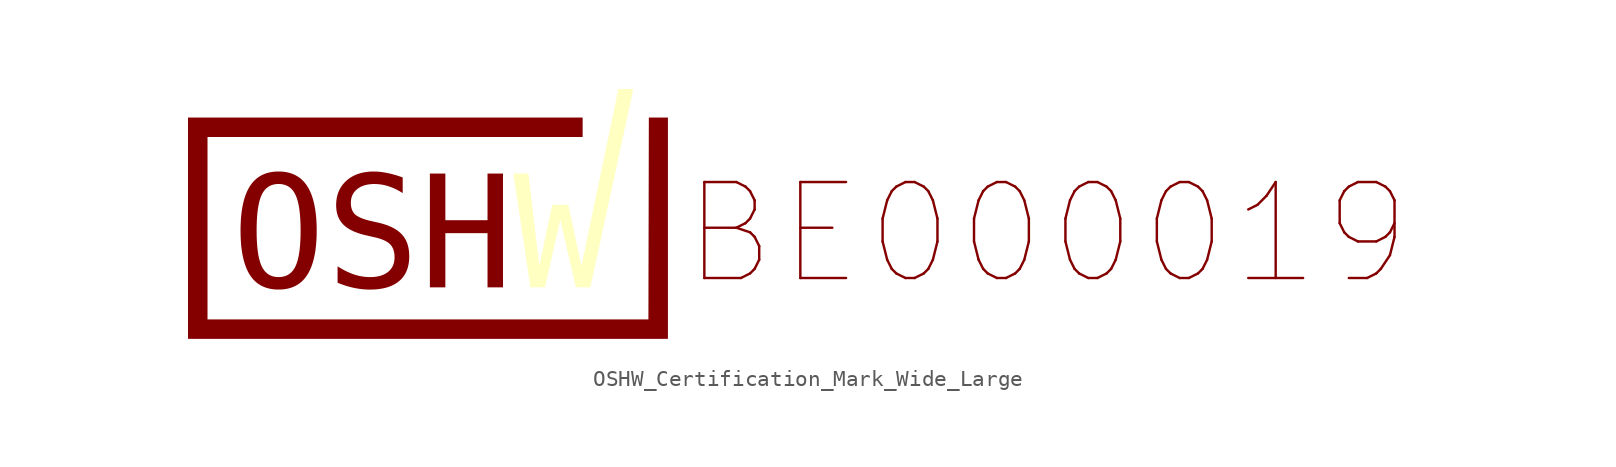
<source format=kicad_sym>
(kicad_symbol_lib
  (version 20231120)
  (generator "kicad_symbol_editor")
  (generator_version "8.0")
  (symbol "OSHW_Certification_Mark_Wide_Large"
    (property "Reference" "LOGO"
      (at 0 0 0)
      (effects (font (size 1.27 1.27)) (hide yes)))
    (symbol "OSHW_Certification_Mark_Wide_Large_0_1"
      (polyline (pts (xy -6.956 -1.072) (xy -6.956 -1.072) (xy -6.956 -1.072)) (stroke (width -0.0001) (type default)) (fill (type background)))
      (polyline (pts (xy -1.579 2.248) (xy -1.579 2.248) (xy -1.579 2.248)) (stroke (width -0.0001) (type default)) (fill (type background)))
      (polyline (pts (xy 10.152 -4.622) (xy 9.242 -4.622) (xy 8.274 -0.396) (xy 7.312 -4.622) (xy 6.402 -4.622) (xy 5.339 2.492) (xy 6.278 2.492) (xy 6.959 -3.283) (xy 7.769 0.538) (xy 8.775 0.538) (xy 9.594 -3.293) (xy 11.902 7.778) (xy 12.841 7.778)) (stroke (width -0.0001) (type default)) (fill (type background))))
    (symbol "OSHW_Certification_Mark_Wide_Large_1_1"
      (polyline (pts (xy 15 -7.843) (xy -15 -7.843) (xy -15 5.995) (xy -15 5.995) (xy 9.669 5.995) (xy 9.669 4.775) (xy -13.78 4.775) (xy -13.78 -6.623) (xy 13.78 -6.623) (xy 13.807 5.995) (xy 15 5.995)) (stroke (width -0.0001) (type default)) (fill (type outline)))
      (polyline (pts (xy 1.087 -0.424) (xy 3.723 -0.424) (xy 3.723 2.492) (xy 4.69 2.492) (xy 4.69 -4.622) (xy 3.723 -4.622) (xy 3.723 -1.234) (xy 1.087 -1.234) (xy 1.087 -4.622) (xy 0.12 -4.622) (xy 0.12 2.492) (xy 1.087 2.492)) (stroke (width -0.0001) (type default)) (fill (type outline)))
      (polyline (pts (xy -9.19 2.617) (xy -9.047 2.607) (xy -8.908 2.589) (xy -8.774 2.564) (xy -8.645 2.531) (xy -8.521 2.492) (xy -8.402 2.446) (xy -8.288 2.392) (xy -8.178 2.331) (xy -8.073 2.263) (xy -7.973 2.188) (xy -7.878 2.106) (xy -7.788 2.017) (xy -7.703 1.92) (xy -7.622 1.817) (xy -7.547 1.706) (xy -7.475 1.588) (xy -7.408 1.462) (xy -7.346 1.329) (xy -7.288 1.189) (xy -7.235 1.042) (xy -7.187 0.886) (xy -7.143 0.724) (xy -7.104 0.554) (xy -7.069 0.377) (xy -7.039 0.192) (xy -7.014 -0.0003) (xy -6.993 -0.2) (xy -6.977 -0.407) (xy -6.965 -0.621) (xy -6.958 -0.843) (xy -6.956 -1.072) (xy -6.958 -1.301) (xy -6.965 -1.522) (xy -6.977 -1.736) (xy -6.993 -1.942) (xy -7.014 -2.141) (xy -7.039 -2.333) (xy -7.069 -2.518) (xy -7.104 -2.695) (xy -7.143 -2.864) (xy -7.187 -3.026) (xy -7.235 -3.181) (xy -7.288 -3.329) (xy -7.346 -3.469) (xy -7.408 -3.602) (xy -7.475 -3.727) (xy -7.547 -3.845) (xy -7.584 -3.902) (xy -7.622 -3.956) (xy -7.662 -4.009) (xy -7.703 -4.06) (xy -7.745 -4.109) (xy -7.788 -4.156) (xy -7.833 -4.202) (xy -7.878 -4.246) (xy -7.925 -4.288) (xy -7.973 -4.328) (xy -8.023 -4.366) (xy -8.073 -4.403) (xy -8.125 -4.438) (xy -8.178 -4.471) (xy -8.232 -4.502) (xy -8.288 -4.532) (xy -8.344 -4.559) (xy -8.402 -4.585) (xy -8.461 -4.609) (xy -8.521 -4.632) (xy -8.583 -4.652) (xy -8.645 -4.671) (xy -8.709 -4.688) (xy -8.774 -4.703) (xy -8.841 -4.716) (xy -8.908 -4.728) (xy -9.047 -4.746) (xy -9.19 -4.757) (xy -9.338 -4.76) (xy -9.487 -4.757) (xy -9.63 -4.746) (xy -9.769 -4.728) (xy -9.902 -4.703) (xy -10.031 -4.671) (xy -10.155 -4.632) (xy -10.275 -4.586) (xy -10.389 -4.533) (xy -10.499 -4.472) (xy -10.603 -4.405) (xy -10.703 -4.33) (xy -10.798 -4.248) (xy -10.889 -4.159) (xy -10.974 -4.063) (xy -11.054 -3.96) (xy -11.13 -3.85) (xy -11.201 -3.733) (xy -11.267 -3.608) (xy -11.329 -3.475) (xy -11.386 -3.335) (xy -11.439 -3.188) (xy -11.487 -3.033) (xy -11.531 -2.87) (xy -11.57 -2.7) (xy -11.604 -2.523) (xy -11.634 -2.338) (xy -11.659 -2.146) (xy -11.68 -1.946) (xy -11.695 -1.739) (xy -11.707 -1.524) (xy -11.714 -1.302) (xy -11.716 -1.072) (xy -10.711 -1.072) (xy -10.706 -1.449) (xy -10.691 -1.798) (xy -10.666 -2.119) (xy -10.631 -2.412) (xy -10.61 -2.549) (xy -10.586 -2.678) (xy -10.56 -2.8) (xy -10.531 -2.915) (xy -10.5 -3.024) (xy -10.466 -3.125) (xy -10.43 -3.219) (xy -10.392 -3.307) (xy -10.349 -3.388) (xy -10.327 -3.427) (xy -10.304 -3.464) (xy -10.28 -3.5) (xy -10.256 -3.535) (xy -10.23 -3.569) (xy -10.204 -3.601) (xy -10.177 -3.632) (xy -10.149 -3.661) (xy -10.121 -3.689) (xy -10.091 -3.716) (xy -10.061 -3.742) (xy -10.03 -3.766) (xy -9.999 -3.789) (xy -9.966 -3.811) (xy -9.933 -3.831) (xy -9.899 -3.85) (xy -9.864 -3.868) (xy -9.828 -3.884) (xy -9.792 -3.899) (xy -9.755 -3.913) (xy -9.716 -3.926) (xy -9.678 -3.937) (xy -9.638 -3.947) (xy -9.598 -3.955) (xy -9.556 -3.962) (xy -9.514 -3.968) (xy -9.472 -3.973) (xy -9.428 -3.976) (xy -9.338 -3.979) (xy -9.248 -3.976) (xy -9.161 -3.968) (xy -9.078 -3.955) (xy -8.997 -3.937) (xy -8.92 -3.914) (xy -8.846 -3.885) (xy -8.776 -3.851) (xy -8.708 -3.812) (xy -8.644 -3.768) (xy -8.583 -3.718) (xy -8.525 -3.663) (xy -8.471 -3.603) (xy -8.42 -3.538) (xy -8.372 -3.468) (xy -8.327 -3.392) (xy -8.285 -3.312) (xy -8.246 -3.224) (xy -8.209 -3.13) (xy -8.175 -3.028) (xy -8.144 -2.92) (xy -8.114 -2.804) (xy -8.088 -2.682) (xy -8.064 -2.552) (xy -8.042 -2.416) (xy -8.023 -2.272) (xy -8.007 -2.122) (xy -7.993 -1.964) (xy -7.982 -1.8) (xy -7.973 -1.628) (xy -7.966 -1.45) (xy -7.963 -1.264) (xy -7.961 -1.072) (xy -7.966 -0.694) (xy -7.982 -0.344) (xy -8.007 -0.022) (xy -8.042 0.272) (xy -8.064 0.408) (xy -8.088 0.538) (xy -8.114 0.66) (xy -8.144 0.776) (xy -8.175 0.884) (xy -8.209 0.986) (xy -8.246 1.08) (xy -8.285 1.167) (xy -8.327 1.249) (xy -8.349 1.288) (xy -8.372 1.325) (xy -8.395 1.361) (xy -8.42 1.396) (xy -8.445 1.429) (xy -8.471 1.462) (xy -8.498 1.492) (xy -8.525 1.522) (xy -8.554 1.55) (xy -8.583 1.577) (xy -8.613 1.603) (xy -8.644 1.627) (xy -8.676 1.65) (xy -8.708 1.671) (xy -8.742 1.692) (xy -8.776 1.711) (xy -8.811 1.728) (xy -8.846 1.745) (xy -8.883 1.76) (xy -8.92 1.774) (xy -8.958 1.786) (xy -8.997 1.797) (xy -9.037 1.807) (xy -9.078 1.816) (xy -9.119 1.823) (xy -9.161 1.829) (xy -9.204 1.833) (xy -9.248 1.837) (xy -9.338 1.839) (xy -9.428 1.837) (xy -9.514 1.829) (xy -9.598 1.816) (xy -9.678 1.797) (xy -9.755 1.774) (xy -9.828 1.745) (xy -9.899 1.711) (xy -9.966 1.671) (xy -10.03 1.627) (xy -10.091 1.577) (xy -10.149 1.522) (xy -10.204 1.462) (xy -10.256 1.396) (xy -10.304 1.325) (xy -10.349 1.249) (xy -10.392 1.167) (xy -10.43 1.08) (xy -10.466 0.986) (xy -10.5 0.884) (xy -10.531 0.776) (xy -10.56 0.66) (xy -10.586 0.538) (xy -10.61 0.408) (xy -10.631 0.272) (xy -10.65 0.128) (xy -10.666 -0.022) (xy -10.68 -0.18) (xy -10.691 -0.344) (xy -10.7 -0.516) (xy -10.706 -0.694) (xy -10.71 -0.88) (xy -10.711 -1.072) (xy -11.716 -1.072) (xy -11.716 -1.072) (xy -11.714 -0.843) (xy -11.707 -0.621) (xy -11.695 -0.407) (xy -11.68 -0.2) (xy -11.659 -0.0003) (xy -11.634 0.192) (xy -11.604 0.377) (xy -11.57 0.554) (xy -11.531 0.724) (xy -11.487 0.886) (xy -11.439 1.042) (xy -11.386 1.189) (xy -11.329 1.329) (xy -11.267 1.462) (xy -11.201 1.588) (xy -11.13 1.706) (xy -11.092 1.762) (xy -11.054 1.817) (xy -11.014 1.869) (xy -10.973 1.92) (xy -10.931 1.97) (xy -10.887 2.017) (xy -10.842 2.062) (xy -10.796 2.106) (xy -10.749 2.148) (xy -10.701 2.188) (xy -10.652 2.227) (xy -10.601 2.263) (xy -10.549 2.298) (xy -10.496 2.331) (xy -10.442 2.363) (xy -10.387 2.392) (xy -10.33 2.42) (xy -10.272 2.446) (xy -10.213 2.47) (xy -10.153 2.492) (xy -10.092 2.513) (xy -10.029 2.531) (xy -9.966 2.548) (xy -9.901 2.564) (xy -9.767 2.589) (xy -9.629 2.607) (xy -9.486 2.617) (xy -9.338 2.621)) (stroke (width -0.0001) (type default)) (fill (type outline)))
      (polyline (pts (xy -3.292 2.618) (xy -3.187 2.614) (xy -3.082 2.606) (xy -2.974 2.596) (xy -2.866 2.582) (xy -2.756 2.566) (xy -2.645 2.547) (xy -2.533 2.524) (xy -2.419 2.5) (xy -2.303 2.473) (xy -2.186 2.443) (xy -2.068 2.41) (xy -1.948 2.374) (xy -1.827 2.335) (xy -1.704 2.293) (xy -1.579 2.248) (xy -1.579 1.271) (xy -1.689 1.339) (xy -1.799 1.403) (xy -1.909 1.462) (xy -2.019 1.518) (xy -2.129 1.569) (xy -2.24 1.615) (xy -2.35 1.657) (xy -2.461 1.695) (xy -2.571 1.729) (xy -2.681 1.758) (xy -2.791 1.782) (xy -2.902 1.802) (xy -3.013 1.818) (xy -3.124 1.829) (xy -3.236 1.836) (xy -3.347 1.838) (xy -3.431 1.837) (xy -3.513 1.833) (xy -3.593 1.827) (xy -3.67 1.818) (xy -3.745 1.807) (xy -3.818 1.793) (xy -3.889 1.777) (xy -3.957 1.758) (xy -4.023 1.737) (xy -4.087 1.713) (xy -4.149 1.687) (xy -4.209 1.659) (xy -4.266 1.627) (xy -4.321 1.594) (xy -4.374 1.558) (xy -4.424 1.519) (xy -4.472 1.479) (xy -4.517 1.437) (xy -4.559 1.393) (xy -4.597 1.348) (xy -4.633 1.3) (xy -4.665 1.252) (xy -4.694 1.201) (xy -4.721 1.148) (xy -4.744 1.094) (xy -4.764 1.038) (xy -4.781 0.981) (xy -4.795 0.921) (xy -4.806 0.86) (xy -4.814 0.797) (xy -4.818 0.732) (xy -4.82 0.666) (xy -4.819 0.608) (xy -4.816 0.551) (xy -4.811 0.497) (xy -4.804 0.444) (xy -4.795 0.393) (xy -4.784 0.344) (xy -4.77 0.296) (xy -4.755 0.25) (xy -4.738 0.206) (xy -4.719 0.164) (xy -4.698 0.123) (xy -4.675 0.084) (xy -4.65 0.047) (xy -4.623 0.012) (xy -4.593 -0.022) (xy -4.562 -0.054) (xy -4.528 -0.084) (xy -4.49 -0.114) (xy -4.448 -0.144) (xy -4.403 -0.172) (xy -4.355 -0.201) (xy -4.303 -0.228) (xy -4.247 -0.255) (xy -4.188 -0.281) (xy -4.126 -0.307) (xy -4.06 -0.332) (xy -3.99 -0.356) (xy -3.917 -0.38) (xy -3.841 -0.403) (xy -3.761 -0.425) (xy -3.677 -0.447) (xy -3.59 -0.468) (xy -3.085 -0.583) (xy -2.962 -0.613) (xy -2.844 -0.645) (xy -2.729 -0.679) (xy -2.619 -0.716) (xy -2.513 -0.754) (xy -2.411 -0.795) (xy -2.314 -0.838) (xy -2.22 -0.883) (xy -2.131 -0.93) (xy -2.047 -0.979) (xy -1.966 -1.03) (xy -1.89 -1.083) (xy -1.818 -1.138) (xy -1.75 -1.196) (xy -1.687 -1.255) (xy -1.627 -1.316) (xy -1.572 -1.38) (xy -1.52 -1.447) (xy -1.472 -1.517) (xy -1.427 -1.589) (xy -1.386 -1.664) (xy -1.348 -1.742) (xy -1.314 -1.823) (xy -1.284 -1.907) (xy -1.257 -1.994) (xy -1.234 -2.083) (xy -1.214 -2.175) (xy -1.198 -2.271) (xy -1.186 -2.369) (xy -1.177 -2.469) (xy -1.171 -2.573) (xy -1.17 -2.679) (xy -1.172 -2.804) (xy -1.179 -2.925) (xy -1.192 -3.043) (xy -1.209 -3.156) (xy -1.231 -3.267) (xy -1.258 -3.373) (xy -1.29 -3.475) (xy -1.327 -3.574) (xy -1.369 -3.669) (xy -1.415 -3.76) (xy -1.467 -3.847) (xy -1.524 -3.931) (xy -1.585 -4.011) (xy -1.651 -4.087) (xy -1.722 -4.159) (xy -1.799 -4.228) (xy -1.879 -4.292) (xy -1.965 -4.353) (xy -2.055 -4.409) (xy -2.149 -4.461) (xy -2.248 -4.509) (xy -2.351 -4.553) (xy -2.458 -4.593) (xy -2.571 -4.628) (xy -2.687 -4.659) (xy -2.808 -4.686) (xy -2.934 -4.709) (xy -3.064 -4.728) (xy -3.198 -4.743) (xy -3.337 -4.753) (xy -3.481 -4.759) (xy -3.628 -4.761) (xy -3.754 -4.76) (xy -3.879 -4.755) (xy -4.004 -4.746) (xy -4.13 -4.734) (xy -4.256 -4.719) (xy -4.382 -4.7) (xy -4.508 -4.678) (xy -4.634 -4.652) (xy -4.76 -4.624) (xy -4.887 -4.593) (xy -5.013 -4.558) (xy -5.14 -4.52) (xy -5.267 -4.478) (xy -5.394 -4.433) (xy -5.521 -4.385) (xy -5.649 -4.333) (xy -5.649 -3.308) (xy -5.513 -3.392) (xy -5.379 -3.47) (xy -5.247 -3.543) (xy -5.116 -3.61) (xy -4.988 -3.67) (xy -4.862 -3.725) (xy -4.737 -3.775) (xy -4.615 -3.818) (xy -4.492 -3.856) (xy -4.369 -3.889) (xy -4.246 -3.917) (xy -4.123 -3.939) (xy -3.999 -3.957) (xy -3.876 -3.97) (xy -3.752 -3.978) (xy -3.628 -3.98) (xy -3.539 -3.979) (xy -3.451 -3.975) (xy -3.366 -3.969) (xy -3.284 -3.96) (xy -3.204 -3.948) (xy -3.127 -3.934) (xy -3.053 -3.918) (xy -2.98 -3.899) (xy -2.911 -3.877) (xy -2.844 -3.853) (xy -2.779 -3.827) (xy -2.717 -3.798) (xy -2.658 -3.766) (xy -2.601 -3.732) (xy -2.546 -3.695) (xy -2.494 -3.656) (xy -2.445 -3.614) (xy -2.399 -3.57) (xy -2.357 -3.524) (xy -2.317 -3.475) (xy -2.281 -3.425) (xy -2.248 -3.373) (xy -2.217 -3.319) (xy -2.191 -3.263) (xy -2.167 -3.205) (xy -2.146 -3.144) (xy -2.129 -3.082) (xy -2.115 -3.018) (xy -2.104 -2.952) (xy -2.096 -2.884) (xy -2.091 -2.813) (xy -2.089 -2.741) (xy -2.091 -2.675) (xy -2.094 -2.612) (xy -2.099 -2.55) (xy -2.107 -2.49) (xy -2.117 -2.432) (xy -2.129 -2.376) (xy -2.143 -2.322) (xy -2.16 -2.271) (xy -2.178 -2.221) (xy -2.199 -2.173) (xy -2.222 -2.127) (xy -2.248 -2.083) (xy -2.275 -2.041) (xy -2.305 -2.001) (xy -2.336 -1.962) (xy -2.37 -1.926) (xy -2.407 -1.892) (xy -2.446 -1.858) (xy -2.489 -1.825) (xy -2.535 -1.794) (xy -2.584 -1.763) (xy -2.636 -1.734) (xy -2.692 -1.705) (xy -2.751 -1.677) (xy -2.813 -1.651) (xy -2.878 -1.625) (xy -2.946 -1.601) (xy -3.018 -1.577) (xy -3.093 -1.554) (xy -3.171 -1.533) (xy -3.253 -1.512) (xy -3.338 -1.493) (xy -3.852 -1.373) (xy -3.974 -1.345) (xy -4.092 -1.314) (xy -4.205 -1.282) (xy -4.314 -1.247) (xy -4.419 -1.211) (xy -4.519 -1.173) (xy -4.616 -1.134) (xy -4.708 -1.092) (xy -4.795 -1.049) (xy -4.879 -1.004) (xy -4.958 -0.958) (xy -5.034 -0.909) (xy -5.104 -0.859) (xy -5.171 -0.806) (xy -5.233 -0.753) (xy -5.291 -0.697) (xy -5.346 -0.639) (xy -5.396 -0.579) (xy -5.444 -0.516) (xy -5.487 -0.451) (xy -5.528 -0.384) (xy -5.564 -0.314) (xy -5.598 -0.241) (xy -5.627 -0.167) (xy -5.654 -0.09) (xy -5.676 -0.01) (xy -5.696 0.072) (xy -5.711 0.156) (xy -5.724 0.243) (xy -5.732 0.332) (xy -5.738 0.424) (xy -5.739 0.518) (xy -5.737 0.636) (xy -5.729 0.75) (xy -5.717 0.862) (xy -5.699 0.971) (xy -5.677 1.077) (xy -5.65 1.179) (xy -5.617 1.279) (xy -5.58 1.376) (xy -5.537 1.47) (xy -5.49 1.56) (xy -5.438 1.648) (xy -5.38 1.733) (xy -5.318 1.815) (xy -5.25 1.894) (xy -5.178 1.97) (xy -5.101 2.043) (xy -5.019 2.113) (xy -4.933 2.178) (xy -4.845 2.239) (xy -4.753 2.295) (xy -4.658 2.347) (xy -4.559 2.394) (xy -4.458 2.437) (xy -4.353 2.475) (xy -4.244 2.509) (xy -4.133 2.538) (xy -4.018 2.563) (xy -3.9 2.583) (xy -3.779 2.599) (xy -3.654 2.611) (xy -3.526 2.617) (xy -3.395 2.619)) (stroke (width -0.0001) (type default)) (fill (type outline)))
      (text "BE000019" (at 15.748 -1.27 0) (effects (font (size 6 6)) (justify left))))))
</source>
